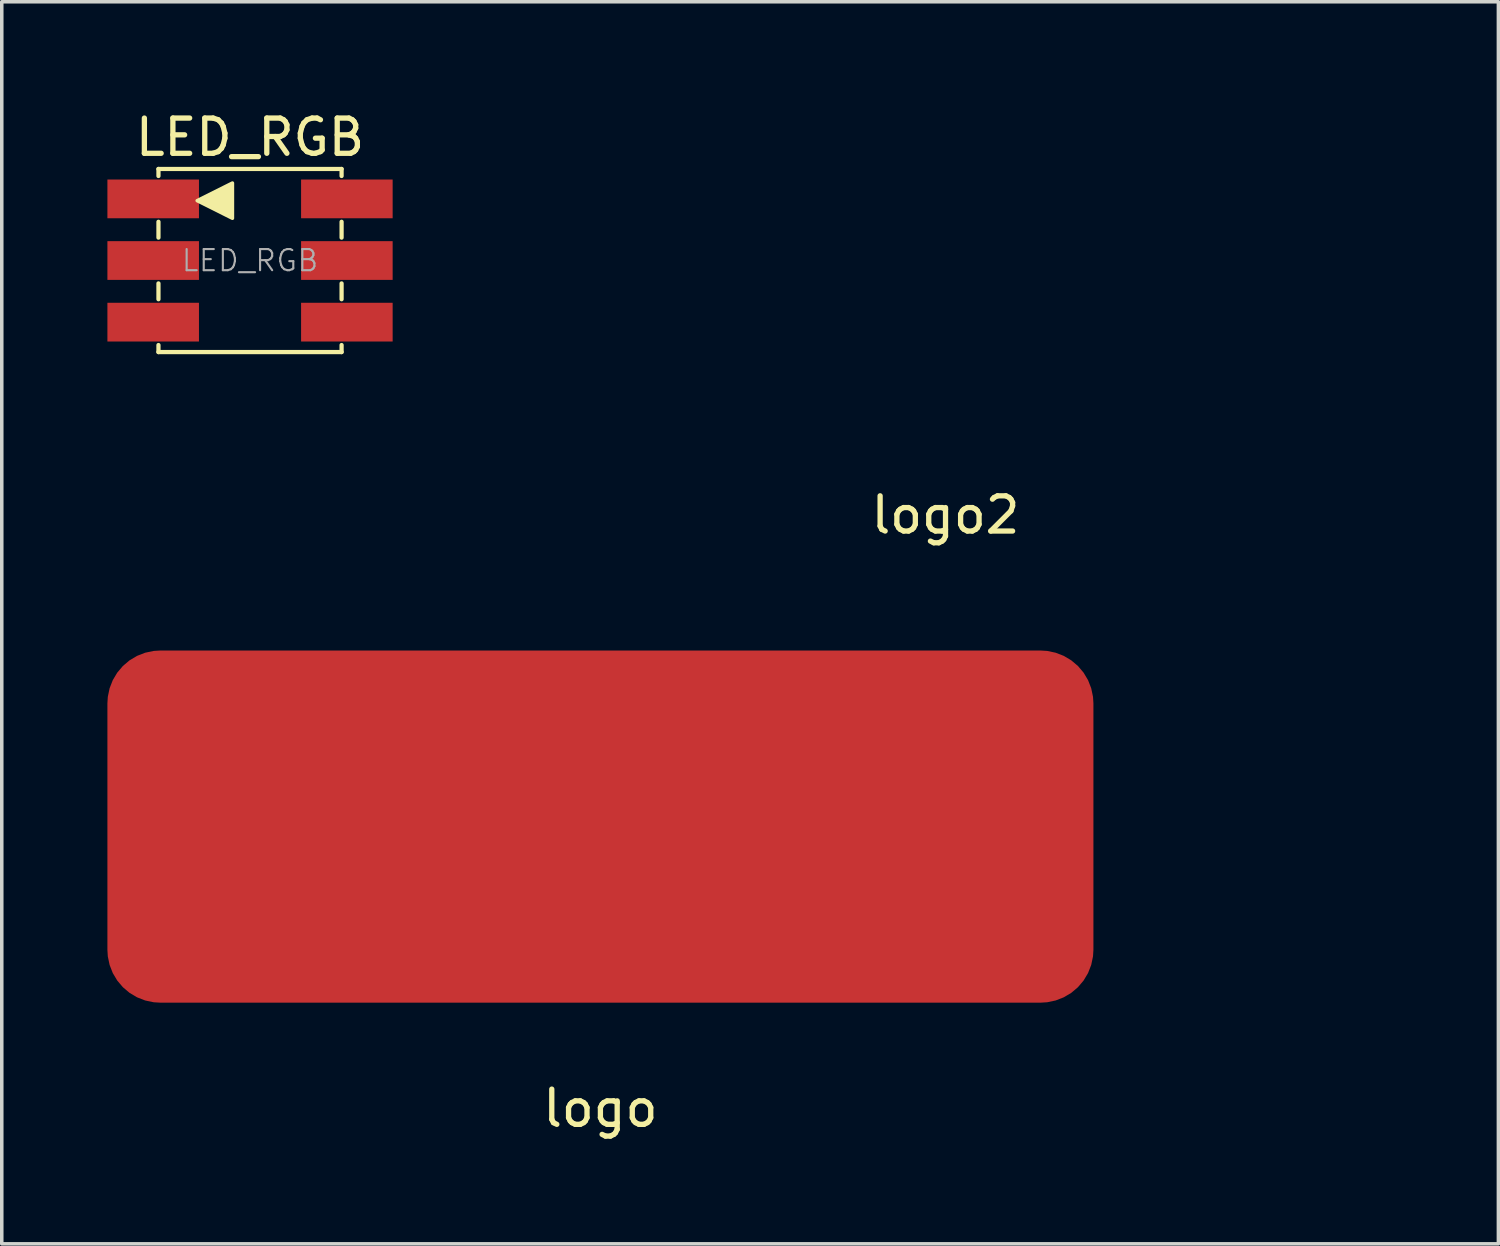
<source format=kicad_pcb>
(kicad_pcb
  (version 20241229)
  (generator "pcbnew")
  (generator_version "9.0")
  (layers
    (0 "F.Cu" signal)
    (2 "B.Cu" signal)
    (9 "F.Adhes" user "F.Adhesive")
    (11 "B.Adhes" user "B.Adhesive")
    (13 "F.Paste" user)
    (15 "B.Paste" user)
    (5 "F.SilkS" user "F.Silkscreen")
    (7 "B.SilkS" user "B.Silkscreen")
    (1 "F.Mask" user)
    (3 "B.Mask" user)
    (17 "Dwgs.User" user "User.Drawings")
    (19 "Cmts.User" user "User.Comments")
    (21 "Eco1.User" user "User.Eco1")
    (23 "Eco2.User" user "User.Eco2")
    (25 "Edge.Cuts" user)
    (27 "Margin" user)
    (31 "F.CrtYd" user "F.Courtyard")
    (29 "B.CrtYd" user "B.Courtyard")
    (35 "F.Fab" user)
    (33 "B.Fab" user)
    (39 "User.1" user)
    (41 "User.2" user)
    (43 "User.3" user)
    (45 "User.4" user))
  (footprint "logo"
    (layer "F.Cu")
    (at 14 20.423)
    (property "Reference" "logo" (at 0 8 0) (layer "F.SilkS") (effects (font (size 1 1) (thickness 0.15))))
    (attr through_hole)
    (pad "" smd oval (at -12 -3) (size 1.4 1.15) (layers "F.Mask"))
    (pad "" smd oval (at -12 -2) (size 1.4 1.15) (layers "F.Mask"))
    (pad "" smd oval (at -12 -1) (size 1.4 1.15) (layers "F.Mask"))
    (pad "" smd oval (at -12 0) (size 1.4 1.15) (layers "F.Mask"))
    (pad "" smd oval (at -12 1) (size 1.4 1.15) (layers "F.Mask"))
    (pad "" smd oval (at -12 2) (size 1.4 1.15) (layers "F.Mask"))
    (pad "" smd oval (at -12 3) (size 1.4 1.15) (layers "F.Mask"))
    (pad "" smd oval (at -11 -3) (size 1.4 1.15) (layers "F.Mask"))
    (pad "" smd oval (at -11 3) (size 1.4 1.15) (layers "F.Mask"))
    (pad "" smd oval (at -10 -3) (size 1.4 1.15) (layers "F.Mask"))
    (pad "" smd oval (at -10 3) (size 1.4 1.15) (layers "F.Mask"))
    (pad "" smd oval (at -7.5 -1) (size 1.4 1.15) (layers "F.Mask"))
    (pad "" smd oval (at -7 -3) (size 1.4 1.15) (layers "F.Mask"))
    (pad "" smd oval (at -7 -2) (size 1.4 1.15) (layers "F.Mask"))
    (pad "" smd oval (at -7 0) (size 1.4 1.15) (layers "F.Mask"))
    (pad "" smd oval (at -7 1) (size 1.4 1.15) (layers "F.Mask"))
    (pad "" smd oval (at -7 2) (size 1.4 1.15) (layers "F.Mask"))
    (pad "" smd oval (at -6.5 -1) (size 1.4 1.15) (layers "F.Mask"))
    (pad "" smd oval (at -6.5 3) (size 1.4 1.15) (layers "F.Mask"))
    (pad "" smd oval (at -5.5 -1) (size 1.4 1.15) (layers "F.Mask"))
    (pad "" smd oval (at -5.5 3) (size 1.4 1.15) (layers "F.Mask"))
    (pad "" smd oval (at -4.5 3) (size 1.4 1.15) (layers "F.Mask"))
    (pad "" smd oval (at -1.75 -3) (size 1.4 1.15) (layers "F.Mask"))
    (pad "" smd oval (at -1.75 -2) (size 1.4 1.15) (layers "F.Mask"))
    (pad "" smd oval (at -1.75 -1) (size 1.4 1.15) (layers "F.Mask"))
    (pad "" smd oval (at -1.75 0) (size 1.4 1.15) (layers "F.Mask"))
    (pad "" smd oval (at -1.75 1) (size 1.4 1.15) (layers "F.Mask"))
    (pad "" smd oval (at -1.75 2) (size 1.4 1.15) (layers "F.Mask"))
    (pad "" smd oval (at -1.25 -1) (size 1.4 1.15) (layers "F.Mask"))
    (pad "" smd oval (at -1.25 3) (size 1.4 1.15) (layers "F.Mask"))
    (pad "" smd oval (at -0.25 -1) (size 1.4 1.15) (layers "F.Mask"))
    (pad "" smd oval (at -0.25 3) (size 1.4 1.15) (layers "F.Mask"))
    (pad "" smd roundrect (at 0 0) (size 28 10) (layers "F.Cu") (roundrect_rratio 0.15))
    (pad "" smd oval (at 0.75 -1) (size 1.4 1.15) (layers "F.Mask"))
    (pad "" smd oval (at 0.75 3) (size 1.4 1.15) (layers "F.Mask"))
    (pad "" smd oval (at 1.25 0) (size 1.4 1.15) (layers "F.Mask"))
    (pad "" smd oval (at 1.25 1) (size 1.4 1.15) (layers "F.Mask"))
    (pad "" smd oval (at 1.25 2) (size 1.4 1.15) (layers "F.Mask"))
    (pad "" smd oval (at 4 0) (size 1.4 1.15) (layers "F.Mask"))
    (pad "" smd oval (at 4 1) (size 1.4 1.15) (layers "F.Mask"))
    (pad "" smd oval (at 4 2) (size 1.4 1.15) (layers "F.Mask"))
    (pad "" smd oval (at 4.5 -1) (size 1.4 1.15) (layers "F.Mask"))
    (pad "" smd oval (at 4.5 3) (size 1.4 1.15) (layers "F.Mask"))
    (pad "" smd oval (at 5.5 -1) (size 1.4 1.15) (layers "F.Mask"))
    (pad "" smd oval (at 5.5 3) (size 1.4 1.15) (layers "F.Mask"))
    (pad "" smd oval (at 6.5 -1) (size 1.4 1.15) (layers "F.Mask"))
    (pad "" smd oval (at 6.5 3) (size 1.4 1.15) (layers "F.Mask"))
    (pad "" smd oval (at 7 -3) (size 1.4 1.15) (layers "F.Mask"))
    (pad "" smd oval (at 7 -2) (size 1.4 1.15) (layers "F.Mask"))
    (pad "" smd oval (at 7 -1) (size 1.4 1.15) (layers "F.Mask"))
    (pad "" smd oval (at 7 0) (size 1.4 1.15) (layers "F.Mask"))
    (pad "" smd oval (at 7 1) (size 1.4 1.15) (layers "F.Mask"))
    (pad "" smd oval (at 7 2) (size 1.4 1.15) (layers "F.Mask"))
    (pad "" smd oval (at 10 -3) (size 1.4 1.15) (layers "F.Mask"))
    (pad "" smd oval (at 10 3) (size 1.4 1.15) (layers "F.Mask"))
    (pad "" smd oval (at 11 -3) (size 1.4 1.15) (layers "F.Mask"))
    (pad "" smd oval (at 11 3) (size 1.4 1.15) (layers "F.Mask"))
    (pad "" smd oval (at 12 -3) (size 1.4 1.15) (layers "F.Mask"))
    (pad "" smd oval (at 12 -2) (size 1.4 1.15) (layers "F.Mask"))
    (pad "" smd oval (at 12 -1) (size 1.4 1.15) (layers "F.Mask"))
    (pad "" smd oval (at 12 0) (size 1.4 1.15) (layers "F.Mask"))
    (pad "" smd oval (at 12 1) (size 1.4 1.15) (layers "F.Mask"))
    (pad "" smd oval (at 12 2) (size 1.4 1.15) (layers "F.Mask"))
    (pad "" smd oval (at 12 3) (size 1.4 1.15) (layers "F.Mask")))
  (footprint "logo2"
    (layer "F.Cu")
    (at 23.8 3.575)
    (property "Reference" "logo2" (at 0 8 0) (layer "F.SilkS") (effects (font (size 1 1) (thickness 0.15))))
    (attr through_hole)
    (pad "" smd oval (at -12 -3) (size 1.4 1.15) (layers "F.Mask"))
    (pad "" smd oval (at -12 -2) (size 1.4 1.15) (layers "F.Mask"))
    (pad "" smd oval (at -12 -1) (size 1.4 1.15) (layers "F.Mask"))
    (pad "" smd oval (at -12 0) (size 1.4 1.15) (layers "F.Mask"))
    (pad "" smd oval (at -12 1) (size 1.4 1.15) (layers "F.Mask"))
    (pad "" smd oval (at -12 2) (size 1.4 1.15) (layers "F.Mask"))
    (pad "" smd oval (at -12 3) (size 1.4 1.15) (layers "F.Mask"))
    (pad "" smd oval (at -11 -3) (size 1.4 1.15) (layers "F.Mask"))
    (pad "" smd oval (at -11 3) (size 1.4 1.15) (layers "F.Mask"))
    (pad "" smd oval (at -10 -3) (size 1.4 1.15) (layers "F.Mask"))
    (pad "" smd oval (at -10 3) (size 1.4 1.15) (layers "F.Mask"))
    (pad "" smd oval (at -7.5 -1) (size 1.4 1.15) (layers "F.Mask"))
    (pad "" smd oval (at -7 -3) (size 1.4 1.15) (layers "F.Mask"))
    (pad "" smd oval (at -7 -2) (size 1.4 1.15) (layers "F.Mask"))
    (pad "" smd oval (at -7 0) (size 1.4 1.15) (layers "F.Mask"))
    (pad "" smd oval (at -7 1) (size 1.4 1.15) (layers "F.Mask"))
    (pad "" smd oval (at -7 2) (size 1.4 1.15) (layers "F.Mask"))
    (pad "" smd oval (at -6.5 -1) (size 1.4 1.15) (layers "F.Mask"))
    (pad "" smd oval (at -6.5 3) (size 1.4 1.15) (layers "F.Mask"))
    (pad "" smd oval (at -5.5 -1) (size 1.4 1.15) (layers "F.Mask"))
    (pad "" smd oval (at -5.5 3) (size 1.4 1.15) (layers "F.Mask"))
    (pad "" smd oval (at -4.5 3) (size 1.4 1.15) (layers "F.Mask"))
    (pad "" smd oval (at -1.75 -3) (size 1.4 1.15) (layers "F.Mask"))
    (pad "" smd oval (at -1.75 -2) (size 1.4 1.15) (layers "F.Mask"))
    (pad "" smd oval (at -1.75 -1) (size 1.4 1.15) (layers "F.Mask"))
    (pad "" smd oval (at -1.75 0) (size 1.4 1.15) (layers "F.Mask"))
    (pad "" smd oval (at -1.75 1) (size 1.4 1.15) (layers "F.Mask"))
    (pad "" smd oval (at -1.75 2) (size 1.4 1.15) (layers "F.Mask"))
    (pad "" smd oval (at -1.25 -1) (size 1.4 1.15) (layers "F.Mask"))
    (pad "" smd oval (at -1.25 3) (size 1.4 1.15) (layers "F.Mask"))
    (pad "" smd oval (at -0.25 -1) (size 1.4 1.15) (layers "F.Mask"))
    (pad "" smd oval (at -0.25 3) (size 1.4 1.15) (layers "F.Mask"))
    (pad "" smd oval (at 0.75 -1) (size 1.4 1.15) (layers "F.Mask"))
    (pad "" smd oval (at 0.75 3) (size 1.4 1.15) (layers "F.Mask"))
    (pad "" smd oval (at 1.25 0) (size 1.4 1.15) (layers "F.Mask"))
    (pad "" smd oval (at 1.25 1) (size 1.4 1.15) (layers "F.Mask"))
    (pad "" smd oval (at 1.25 2) (size 1.4 1.15) (layers "F.Mask"))
    (pad "" smd oval (at 4 0) (size 1.4 1.15) (layers "F.Mask"))
    (pad "" smd oval (at 4 1) (size 1.4 1.15) (layers "F.Mask"))
    (pad "" smd oval (at 4 2) (size 1.4 1.15) (layers "F.Mask"))
    (pad "" smd oval (at 4.5 -1) (size 1.4 1.15) (layers "F.Mask"))
    (pad "" smd oval (at 4.5 3) (size 1.4 1.15) (layers "F.Mask"))
    (pad "" smd oval (at 5.5 -1) (size 1.4 1.15) (layers "F.Mask"))
    (pad "" smd oval (at 5.5 3) (size 1.4 1.15) (layers "F.Mask"))
    (pad "" smd oval (at 6.5 -1) (size 1.4 1.15) (layers "F.Mask"))
    (pad "" smd oval (at 6.5 3) (size 1.4 1.15) (layers "F.Mask"))
    (pad "" smd oval (at 7 -3) (size 1.4 1.15) (layers "F.Mask"))
    (pad "" smd oval (at 7 -2) (size 1.4 1.15) (layers "F.Mask"))
    (pad "" smd oval (at 7 -1) (size 1.4 1.15) (layers "F.Mask"))
    (pad "" smd oval (at 7 0) (size 1.4 1.15) (layers "F.Mask"))
    (pad "" smd oval (at 7 1) (size 1.4 1.15) (layers "F.Mask"))
    (pad "" smd oval (at 7 2) (size 1.4 1.15) (layers "F.Mask"))
    (pad "" smd oval (at 10 -3) (size 1.4 1.15) (layers "F.Mask"))
    (pad "" smd oval (at 10 3) (size 1.4 1.15) (layers "F.Mask"))
    (pad "" smd oval (at 11 -3) (size 1.4 1.15) (layers "F.Mask"))
    (pad "" smd oval (at 11 3) (size 1.4 1.15) (layers "F.Mask"))
    (pad "" smd oval (at 12 -3) (size 1.4 1.15) (layers "F.Mask"))
    (pad "" smd oval (at 12 -2) (size 1.4 1.15) (layers "F.Mask"))
    (pad "" smd oval (at 12 -1) (size 1.4 1.15) (layers "F.Mask"))
    (pad "" smd oval (at 12 0) (size 1.4 1.15) (layers "F.Mask"))
    (pad "" smd oval (at 12 1) (size 1.4 1.15) (layers "F.Mask"))
    (pad "" smd oval (at 12 2) (size 1.4 1.15) (layers "F.Mask"))
    (pad "" smd oval (at 12 3) (size 1.4 1.15) (layers "F.Mask")))
  (footprint "LED_RGB"
    (layer "F.Cu")
    (at 4.05 4.348)
    (property "Reference" "LED_RGB" (at 0 -3.5 180) (layer "F.SilkS") (effects (font (size 1 1) (thickness 0.15))))
    (attr smd)
    (fp_line (start -2.6 -2.6) (end 2.6 -2.6) (stroke (width 0.12) (type solid)) (layer "F.SilkS"))
    (fp_line (start -2.6 -2.4) (end -2.6 -2.6) (stroke (width 0.12) (type solid)) (layer "F.SilkS"))
    (fp_line (start -2.6 -1.1) (end -2.6 -0.65) (stroke (width 0.12) (type solid)) (layer "F.SilkS"))
    (fp_line (start -2.6 0.65) (end -2.6 1.1) (stroke (width 0.12) (type solid)) (layer "F.SilkS"))
    (fp_line (start -2.6 2.4) (end -2.6 2.6) (stroke (width 0.12) (type solid)) (layer "F.SilkS"))
    (fp_line (start -2.6 2.6) (end 2.6 2.6) (stroke (width 0.12) (type solid)) (layer "F.SilkS"))
    (fp_line (start 2.6 -2.4) (end 2.6 -2.6) (stroke (width 0.12) (type solid)) (layer "F.SilkS"))
    (fp_line (start 2.6 -1.1) (end 2.6 -0.65) (stroke (width 0.12) (type solid)) (layer "F.SilkS"))
    (fp_line (start 2.6 0.65) (end 2.6 1.1) (stroke (width 0.12) (type solid)) (layer "F.SilkS"))
    (fp_line (start 2.6 2.4) (end 2.6 2.6) (stroke (width 0.12) (type solid)) (layer "F.SilkS"))
    (fp_poly (pts (xy -0.5 -1.2) (xy -1.5 -1.7) (xy -0.5 -2.2)) (stroke (width 0.1) (type solid)) (fill yes) (layer "F.SilkS"))
    (fp_text user "${REFERENCE}" (at 0 0 0) (layer "F.Fab") (effects (font (size 0.6 0.6) (thickness 0.06))))
    (pad "1" smd rect (at -2.75 -1.75) (size 2.6 1.1) (layers "F.Cu" "F.Mask" "F.Paste"))
    (pad "2" smd rect (at -2.75 0) (size 2.6 1.1) (layers "F.Cu" "F.Mask" "F.Paste"))
    (pad "3" smd rect (at -2.75 1.75) (size 2.6 1.1) (layers "F.Cu" "F.Mask" "F.Paste"))
    (pad "4" smd rect (at 2.75 1.75) (size 2.6 1.1) (layers "F.Cu" "F.Mask" "F.Paste"))
    (pad "5" smd rect (at 2.75 0) (size 2.6 1.1) (layers "F.Cu" "F.Mask" "F.Paste"))
    (pad "6" smd rect (at 2.75 -1.75) (size 2.6 1.1) (layers "F.Cu" "F.Mask" "F.Paste")))
  (gr_rect
    (start -3 -3)
    (end 39.5 32.272)
    (stroke (width 0.1) (type default))
    (fill no)
    (layer "Edge.Cuts")))
</source>
